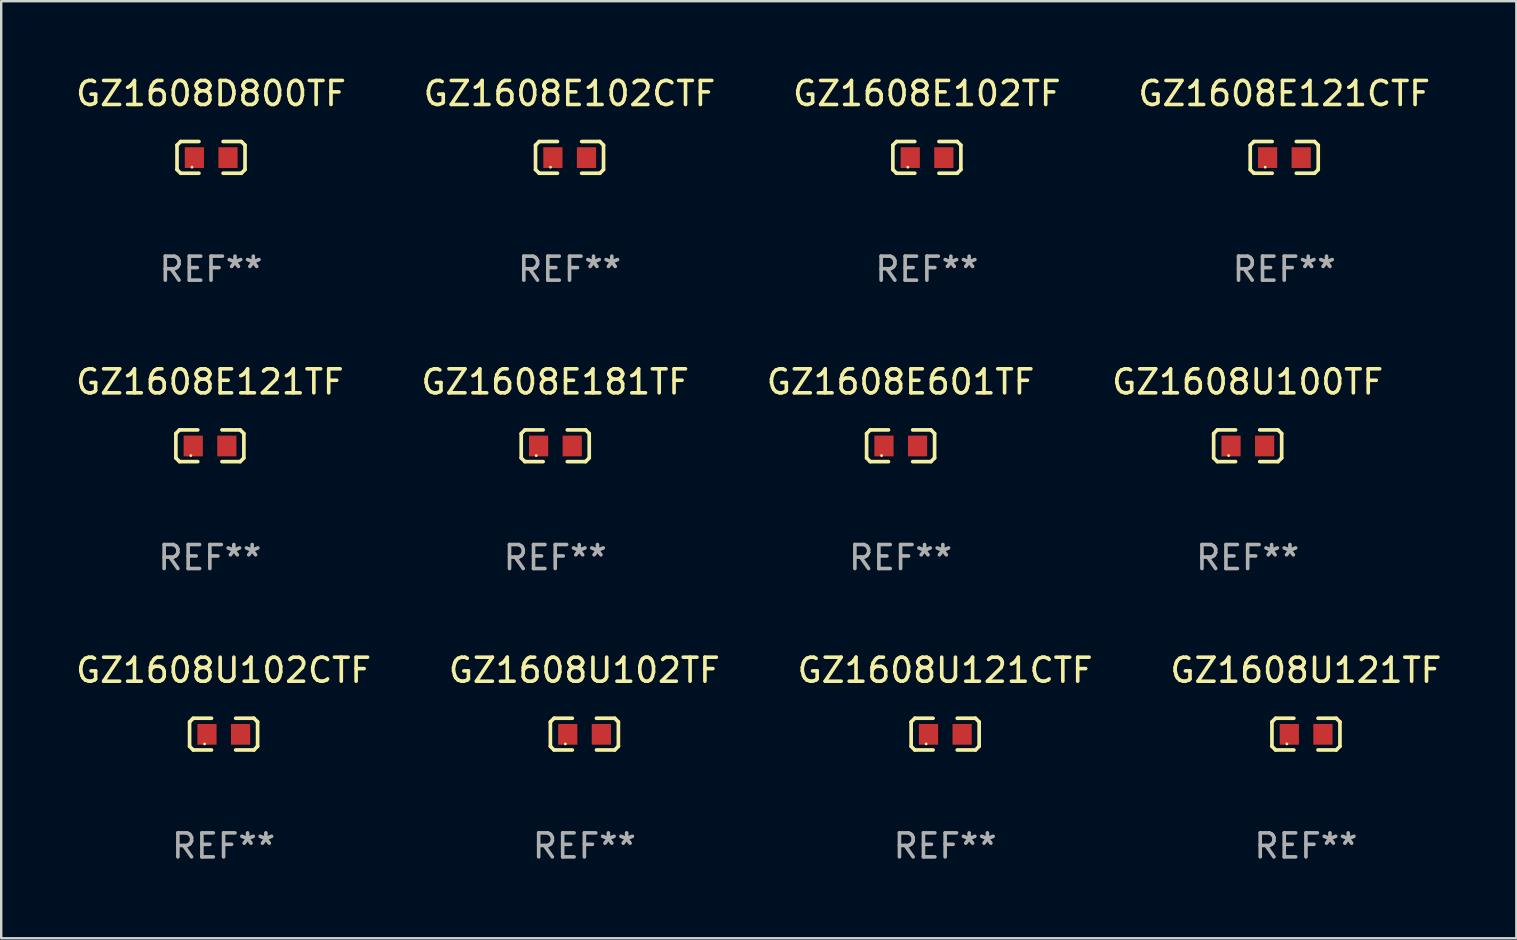
<source format=kicad_pcb>
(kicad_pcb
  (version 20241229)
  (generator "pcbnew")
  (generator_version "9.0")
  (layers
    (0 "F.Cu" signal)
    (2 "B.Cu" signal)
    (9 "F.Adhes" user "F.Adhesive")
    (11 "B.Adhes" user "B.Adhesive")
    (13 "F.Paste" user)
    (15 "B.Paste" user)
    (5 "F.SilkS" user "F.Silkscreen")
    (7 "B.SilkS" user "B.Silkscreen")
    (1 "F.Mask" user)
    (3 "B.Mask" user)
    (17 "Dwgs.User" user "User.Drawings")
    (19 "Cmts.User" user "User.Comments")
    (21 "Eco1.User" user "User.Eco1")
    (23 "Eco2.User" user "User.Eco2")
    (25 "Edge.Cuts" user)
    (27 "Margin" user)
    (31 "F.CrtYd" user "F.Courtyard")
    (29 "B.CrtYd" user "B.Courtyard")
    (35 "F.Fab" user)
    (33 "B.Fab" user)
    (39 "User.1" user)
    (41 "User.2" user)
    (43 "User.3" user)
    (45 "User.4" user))
  (footprint "GZ1608E121CTF"
    (layer "F.Cu")
    (at 50.47 3.509)
    (property "Reference" "GZ1608E121CTF" (at 0 -2.661 0) (layer "F.SilkS") (effects (font (size 1 1) (thickness 0.15))))
    (attr through_hole)
    (fp_line (start -1.417 -0.508) (end -1.265 -0.661) (stroke (width 0.152) (type solid)) (layer "F.SilkS"))
    (fp_line (start -1.417 0.508) (end -1.417 -0.508) (stroke (width 0.152) (type solid)) (layer "F.SilkS"))
    (fp_line (start -1.265 -0.661) (end -0.503 -0.661) (stroke (width 0.152) (type solid)) (layer "F.SilkS"))
    (fp_line (start -1.265 0.661) (end -1.417 0.508) (stroke (width 0.152) (type solid)) (layer "F.SilkS"))
    (fp_line (start -1.265 0.661) (end -0.503 0.661) (stroke (width 0.152) (type solid)) (layer "F.SilkS"))
    (fp_line (start 1.265 -0.661) (end 0.503 -0.661) (stroke (width 0.152) (type solid)) (layer "F.SilkS"))
    (fp_line (start 1.265 -0.661) (end 1.417 -0.508) (stroke (width 0.152) (type solid)) (layer "F.SilkS"))
    (fp_line (start 1.265 0.661) (end 0.503 0.661) (stroke (width 0.152) (type solid)) (layer "F.SilkS"))
    (fp_line (start 1.417 -0.508) (end 1.417 0.508) (stroke (width 0.152) (type solid)) (layer "F.SilkS"))
    (fp_line (start 1.417 0.508) (end 1.265 0.661) (stroke (width 0.152) (type solid)) (layer "F.SilkS"))
    (fp_circle (center -0.793 0.409) (end -0.763 0.409) (stroke (width 0.06) (type solid)) (fill no) (layer "F.SilkS"))
    (fp_text user "REF**" (at 0 4.661 0) (layer "F.Fab") (effects (font (size 1 1) (thickness 0.15))))
    (pad "1" smd rect (at -0.693 0.009 180) (size 0.8 0.864) (layers "F.Cu" "F.Mask" "F.Paste"))
    (pad "2" smd rect (at 0.707 0.009 180) (size 0.8 0.864) (layers "F.Cu" "F.Mask" "F.Paste")))
  (footprint "GZ1608E181TF"
    (layer "F.Cu")
    (at 20.089 15.527)
    (property "Reference" "GZ1608E181TF" (at 0 -2.661 0) (layer "F.SilkS") (effects (font (size 1 1) (thickness 0.15))))
    (attr through_hole)
    (fp_line (start -1.417 -0.508) (end -1.265 -0.661) (stroke (width 0.152) (type solid)) (layer "F.SilkS"))
    (fp_line (start -1.417 0.508) (end -1.417 -0.508) (stroke (width 0.152) (type solid)) (layer "F.SilkS"))
    (fp_line (start -1.265 -0.661) (end -0.503 -0.661) (stroke (width 0.152) (type solid)) (layer "F.SilkS"))
    (fp_line (start -1.265 0.661) (end -1.417 0.508) (stroke (width 0.152) (type solid)) (layer "F.SilkS"))
    (fp_line (start -1.265 0.661) (end -0.503 0.661) (stroke (width 0.152) (type solid)) (layer "F.SilkS"))
    (fp_line (start 1.265 -0.661) (end 0.503 -0.661) (stroke (width 0.152) (type solid)) (layer "F.SilkS"))
    (fp_line (start 1.265 -0.661) (end 1.417 -0.508) (stroke (width 0.152) (type solid)) (layer "F.SilkS"))
    (fp_line (start 1.265 0.661) (end 0.503 0.661) (stroke (width 0.152) (type solid)) (layer "F.SilkS"))
    (fp_line (start 1.417 -0.508) (end 1.417 0.508) (stroke (width 0.152) (type solid)) (layer "F.SilkS"))
    (fp_line (start 1.417 0.508) (end 1.265 0.661) (stroke (width 0.152) (type solid)) (layer "F.SilkS"))
    (fp_circle (center -0.793 0.409) (end -0.763 0.409) (stroke (width 0.06) (type solid)) (fill no) (layer "F.SilkS"))
    (fp_text user "REF**" (at 0 4.661 0) (layer "F.Fab") (effects (font (size 1 1) (thickness 0.15))))
    (pad "1" smd rect (at -0.693 0.009 180) (size 0.8 0.864) (layers "F.Cu" "F.Mask" "F.Paste"))
    (pad "2" smd rect (at 0.707 0.009 180) (size 0.8 0.864) (layers "F.Cu" "F.Mask" "F.Paste")))
  (footprint "GZ1608E121TF"
    (layer "F.Cu")
    (at 5.696 15.527)
    (property "Reference" "GZ1608E121TF" (at 0 -2.661 0) (layer "F.SilkS") (effects (font (size 1 1) (thickness 0.15))))
    (attr through_hole)
    (fp_line (start -1.417 -0.508) (end -1.265 -0.661) (stroke (width 0.152) (type solid)) (layer "F.SilkS"))
    (fp_line (start -1.417 0.508) (end -1.417 -0.508) (stroke (width 0.152) (type solid)) (layer "F.SilkS"))
    (fp_line (start -1.265 -0.661) (end -0.503 -0.661) (stroke (width 0.152) (type solid)) (layer "F.SilkS"))
    (fp_line (start -1.265 0.661) (end -1.417 0.508) (stroke (width 0.152) (type solid)) (layer "F.SilkS"))
    (fp_line (start -1.265 0.661) (end -0.503 0.661) (stroke (width 0.152) (type solid)) (layer "F.SilkS"))
    (fp_line (start 1.265 -0.661) (end 0.503 -0.661) (stroke (width 0.152) (type solid)) (layer "F.SilkS"))
    (fp_line (start 1.265 -0.661) (end 1.417 -0.508) (stroke (width 0.152) (type solid)) (layer "F.SilkS"))
    (fp_line (start 1.265 0.661) (end 0.503 0.661) (stroke (width 0.152) (type solid)) (layer "F.SilkS"))
    (fp_line (start 1.417 -0.508) (end 1.417 0.508) (stroke (width 0.152) (type solid)) (layer "F.SilkS"))
    (fp_line (start 1.417 0.508) (end 1.265 0.661) (stroke (width 0.152) (type solid)) (layer "F.SilkS"))
    (fp_circle (center -0.793 0.409) (end -0.763 0.409) (stroke (width 0.06) (type solid)) (fill no) (layer "F.SilkS"))
    (fp_text user "REF**" (at 0 4.661 0) (layer "F.Fab") (effects (font (size 1 1) (thickness 0.15))))
    (pad "1" smd rect (at -0.693 0.009 180) (size 0.8 0.864) (layers "F.Cu" "F.Mask" "F.Paste"))
    (pad "2" smd rect (at 0.707 0.009 180) (size 0.8 0.864) (layers "F.Cu" "F.Mask" "F.Paste")))
  (footprint "GZ1608U121CTF"
    (layer "F.Cu")
    (at 36.339 27.544)
    (property "Reference" "GZ1608U121CTF" (at 0 -2.661 0) (layer "F.SilkS") (effects (font (size 1 1) (thickness 0.15))))
    (attr through_hole)
    (fp_line (start -1.417 -0.508) (end -1.265 -0.661) (stroke (width 0.152) (type solid)) (layer "F.SilkS"))
    (fp_line (start -1.417 0.508) (end -1.417 -0.508) (stroke (width 0.152) (type solid)) (layer "F.SilkS"))
    (fp_line (start -1.265 -0.661) (end -0.503 -0.661) (stroke (width 0.152) (type solid)) (layer "F.SilkS"))
    (fp_line (start -1.265 0.661) (end -1.417 0.508) (stroke (width 0.152) (type solid)) (layer "F.SilkS"))
    (fp_line (start -1.265 0.661) (end -0.503 0.661) (stroke (width 0.152) (type solid)) (layer "F.SilkS"))
    (fp_line (start 1.265 -0.661) (end 0.503 -0.661) (stroke (width 0.152) (type solid)) (layer "F.SilkS"))
    (fp_line (start 1.265 -0.661) (end 1.417 -0.508) (stroke (width 0.152) (type solid)) (layer "F.SilkS"))
    (fp_line (start 1.265 0.661) (end 0.503 0.661) (stroke (width 0.152) (type solid)) (layer "F.SilkS"))
    (fp_line (start 1.417 -0.508) (end 1.417 0.508) (stroke (width 0.152) (type solid)) (layer "F.SilkS"))
    (fp_line (start 1.417 0.508) (end 1.265 0.661) (stroke (width 0.152) (type solid)) (layer "F.SilkS"))
    (fp_circle (center -0.793 0.409) (end -0.763 0.409) (stroke (width 0.06) (type solid)) (fill no) (layer "F.SilkS"))
    (fp_text user "REF**" (at 0 4.661 0) (layer "F.Fab") (effects (font (size 1 1) (thickness 0.15))))
    (pad "1" smd rect (at -0.693 0.009 180) (size 0.8 0.864) (layers "F.Cu" "F.Mask" "F.Paste"))
    (pad "2" smd rect (at 0.707 0.009 180) (size 0.8 0.864) (layers "F.Cu" "F.Mask" "F.Paste")))
  (footprint "GZ1608U100TF"
    (layer "F.Cu")
    (at 48.946 15.527)
    (property "Reference" "GZ1608U100TF" (at 0 -2.661 0) (layer "F.SilkS") (effects (font (size 1 1) (thickness 0.15))))
    (attr through_hole)
    (fp_line (start -1.417 -0.508) (end -1.265 -0.661) (stroke (width 0.152) (type solid)) (layer "F.SilkS"))
    (fp_line (start -1.417 0.508) (end -1.417 -0.508) (stroke (width 0.152) (type solid)) (layer "F.SilkS"))
    (fp_line (start -1.265 -0.661) (end -0.503 -0.661) (stroke (width 0.152) (type solid)) (layer "F.SilkS"))
    (fp_line (start -1.265 0.661) (end -1.417 0.508) (stroke (width 0.152) (type solid)) (layer "F.SilkS"))
    (fp_line (start -1.265 0.661) (end -0.503 0.661) (stroke (width 0.152) (type solid)) (layer "F.SilkS"))
    (fp_line (start 1.265 -0.661) (end 0.503 -0.661) (stroke (width 0.152) (type solid)) (layer "F.SilkS"))
    (fp_line (start 1.265 -0.661) (end 1.417 -0.508) (stroke (width 0.152) (type solid)) (layer "F.SilkS"))
    (fp_line (start 1.265 0.661) (end 0.503 0.661) (stroke (width 0.152) (type solid)) (layer "F.SilkS"))
    (fp_line (start 1.417 -0.508) (end 1.417 0.508) (stroke (width 0.152) (type solid)) (layer "F.SilkS"))
    (fp_line (start 1.417 0.508) (end 1.265 0.661) (stroke (width 0.152) (type solid)) (layer "F.SilkS"))
    (fp_circle (center -0.793 0.409) (end -0.763 0.409) (stroke (width 0.06) (type solid)) (fill no) (layer "F.SilkS"))
    (fp_text user "REF**" (at 0 4.661 0) (layer "F.Fab") (effects (font (size 1 1) (thickness 0.15))))
    (pad "1" smd rect (at -0.693 0.009 180) (size 0.8 0.864) (layers "F.Cu" "F.Mask" "F.Paste"))
    (pad "2" smd rect (at 0.707 0.009 180) (size 0.8 0.864) (layers "F.Cu" "F.Mask" "F.Paste")))
  (footprint "GZ1608U121TF"
    (layer "F.Cu")
    (at 51.375 27.544)
    (property "Reference" "GZ1608U121TF" (at 0 -2.661 0) (layer "F.SilkS") (effects (font (size 1 1) (thickness 0.15))))
    (attr through_hole)
    (fp_line (start -1.417 -0.508) (end -1.265 -0.661) (stroke (width 0.152) (type solid)) (layer "F.SilkS"))
    (fp_line (start -1.417 0.508) (end -1.417 -0.508) (stroke (width 0.152) (type solid)) (layer "F.SilkS"))
    (fp_line (start -1.265 -0.661) (end -0.503 -0.661) (stroke (width 0.152) (type solid)) (layer "F.SilkS"))
    (fp_line (start -1.265 0.661) (end -1.417 0.508) (stroke (width 0.152) (type solid)) (layer "F.SilkS"))
    (fp_line (start -1.265 0.661) (end -0.503 0.661) (stroke (width 0.152) (type solid)) (layer "F.SilkS"))
    (fp_line (start 1.265 -0.661) (end 0.503 -0.661) (stroke (width 0.152) (type solid)) (layer "F.SilkS"))
    (fp_line (start 1.265 -0.661) (end 1.417 -0.508) (stroke (width 0.152) (type solid)) (layer "F.SilkS"))
    (fp_line (start 1.265 0.661) (end 0.503 0.661) (stroke (width 0.152) (type solid)) (layer "F.SilkS"))
    (fp_line (start 1.417 -0.508) (end 1.417 0.508) (stroke (width 0.152) (type solid)) (layer "F.SilkS"))
    (fp_line (start 1.417 0.508) (end 1.265 0.661) (stroke (width 0.152) (type solid)) (layer "F.SilkS"))
    (fp_circle (center -0.793 0.409) (end -0.763 0.409) (stroke (width 0.06) (type solid)) (fill no) (layer "F.SilkS"))
    (fp_text user "REF**" (at 0 4.661 0) (layer "F.Fab") (effects (font (size 1 1) (thickness 0.15))))
    (pad "1" smd rect (at -0.693 0.009 180) (size 0.8 0.864) (layers "F.Cu" "F.Mask" "F.Paste"))
    (pad "2" smd rect (at 0.707 0.009 180) (size 0.8 0.864) (layers "F.Cu" "F.Mask" "F.Paste")))
  (footprint "GZ1608D800TF"
    (layer "F.Cu")
    (at 5.744 3.509)
    (property "Reference" "GZ1608D800TF" (at 0 -2.661 0) (layer "F.SilkS") (effects (font (size 1 1) (thickness 0.15))))
    (attr through_hole)
    (fp_line (start -1.417 -0.508) (end -1.265 -0.661) (stroke (width 0.152) (type solid)) (layer "F.SilkS"))
    (fp_line (start -1.417 0.508) (end -1.417 -0.508) (stroke (width 0.152) (type solid)) (layer "F.SilkS"))
    (fp_line (start -1.265 -0.661) (end -0.503 -0.661) (stroke (width 0.152) (type solid)) (layer "F.SilkS"))
    (fp_line (start -1.265 0.661) (end -1.417 0.508) (stroke (width 0.152) (type solid)) (layer "F.SilkS"))
    (fp_line (start -1.265 0.661) (end -0.503 0.661) (stroke (width 0.152) (type solid)) (layer "F.SilkS"))
    (fp_line (start 1.265 -0.661) (end 0.503 -0.661) (stroke (width 0.152) (type solid)) (layer "F.SilkS"))
    (fp_line (start 1.265 -0.661) (end 1.417 -0.508) (stroke (width 0.152) (type solid)) (layer "F.SilkS"))
    (fp_line (start 1.265 0.661) (end 0.503 0.661) (stroke (width 0.152) (type solid)) (layer "F.SilkS"))
    (fp_line (start 1.417 -0.508) (end 1.417 0.508) (stroke (width 0.152) (type solid)) (layer "F.SilkS"))
    (fp_line (start 1.417 0.508) (end 1.265 0.661) (stroke (width 0.152) (type solid)) (layer "F.SilkS"))
    (fp_circle (center -0.793 0.409) (end -0.763 0.409) (stroke (width 0.06) (type solid)) (fill no) (layer "F.SilkS"))
    (fp_text user "REF**" (at 0 4.661 0) (layer "F.Fab") (effects (font (size 1 1) (thickness 0.15))))
    (pad "1" smd rect (at -0.693 0.009 180) (size 0.8 0.864) (layers "F.Cu" "F.Mask" "F.Paste"))
    (pad "2" smd rect (at 0.707 0.009 180) (size 0.8 0.864) (layers "F.Cu" "F.Mask" "F.Paste")))
  (footprint "GZ1608E102TF"
    (layer "F.Cu")
    (at 35.577 3.509)
    (property "Reference" "GZ1608E102TF" (at 0 -2.661 0) (layer "F.SilkS") (effects (font (size 1 1) (thickness 0.15))))
    (attr through_hole)
    (fp_line (start -1.417 -0.508) (end -1.265 -0.661) (stroke (width 0.152) (type solid)) (layer "F.SilkS"))
    (fp_line (start -1.417 0.508) (end -1.417 -0.508) (stroke (width 0.152) (type solid)) (layer "F.SilkS"))
    (fp_line (start -1.265 -0.661) (end -0.503 -0.661) (stroke (width 0.152) (type solid)) (layer "F.SilkS"))
    (fp_line (start -1.265 0.661) (end -1.417 0.508) (stroke (width 0.152) (type solid)) (layer "F.SilkS"))
    (fp_line (start -1.265 0.661) (end -0.503 0.661) (stroke (width 0.152) (type solid)) (layer "F.SilkS"))
    (fp_line (start 1.265 -0.661) (end 0.503 -0.661) (stroke (width 0.152) (type solid)) (layer "F.SilkS"))
    (fp_line (start 1.265 -0.661) (end 1.417 -0.508) (stroke (width 0.152) (type solid)) (layer "F.SilkS"))
    (fp_line (start 1.265 0.661) (end 0.503 0.661) (stroke (width 0.152) (type solid)) (layer "F.SilkS"))
    (fp_line (start 1.417 -0.508) (end 1.417 0.508) (stroke (width 0.152) (type solid)) (layer "F.SilkS"))
    (fp_line (start 1.417 0.508) (end 1.265 0.661) (stroke (width 0.152) (type solid)) (layer "F.SilkS"))
    (fp_circle (center -0.793 0.409) (end -0.763 0.409) (stroke (width 0.06) (type solid)) (fill no) (layer "F.SilkS"))
    (fp_text user "REF**" (at 0 4.661 0) (layer "F.Fab") (effects (font (size 1 1) (thickness 0.15))))
    (pad "1" smd rect (at -0.693 0.009 180) (size 0.8 0.864) (layers "F.Cu" "F.Mask" "F.Paste"))
    (pad "2" smd rect (at 0.707 0.009 180) (size 0.8 0.864) (layers "F.Cu" "F.Mask" "F.Paste")))
  (footprint "GZ1608U102CTF"
    (layer "F.Cu")
    (at 6.268 27.544)
    (property "Reference" "GZ1608U102CTF" (at 0 -2.661 0) (layer "F.SilkS") (effects (font (size 1 1) (thickness 0.15))))
    (attr through_hole)
    (fp_line (start -1.417 -0.508) (end -1.265 -0.661) (stroke (width 0.152) (type solid)) (layer "F.SilkS"))
    (fp_line (start -1.417 0.508) (end -1.417 -0.508) (stroke (width 0.152) (type solid)) (layer "F.SilkS"))
    (fp_line (start -1.265 -0.661) (end -0.503 -0.661) (stroke (width 0.152) (type solid)) (layer "F.SilkS"))
    (fp_line (start -1.265 0.661) (end -1.417 0.508) (stroke (width 0.152) (type solid)) (layer "F.SilkS"))
    (fp_line (start -1.265 0.661) (end -0.503 0.661) (stroke (width 0.152) (type solid)) (layer "F.SilkS"))
    (fp_line (start 1.265 -0.661) (end 0.503 -0.661) (stroke (width 0.152) (type solid)) (layer "F.SilkS"))
    (fp_line (start 1.265 -0.661) (end 1.417 -0.508) (stroke (width 0.152) (type solid)) (layer "F.SilkS"))
    (fp_line (start 1.265 0.661) (end 0.503 0.661) (stroke (width 0.152) (type solid)) (layer "F.SilkS"))
    (fp_line (start 1.417 -0.508) (end 1.417 0.508) (stroke (width 0.152) (type solid)) (layer "F.SilkS"))
    (fp_line (start 1.417 0.508) (end 1.265 0.661) (stroke (width 0.152) (type solid)) (layer "F.SilkS"))
    (fp_circle (center -0.793 0.409) (end -0.763 0.409) (stroke (width 0.06) (type solid)) (fill no) (layer "F.SilkS"))
    (fp_text user "REF**" (at 0 4.661 0) (layer "F.Fab") (effects (font (size 1 1) (thickness 0.15))))
    (pad "1" smd rect (at -0.693 0.009 180) (size 0.8 0.864) (layers "F.Cu" "F.Mask" "F.Paste"))
    (pad "2" smd rect (at 0.707 0.009 180) (size 0.8 0.864) (layers "F.Cu" "F.Mask" "F.Paste")))
  (footprint "GZ1608E102CTF"
    (layer "F.Cu")
    (at 20.685 3.509)
    (property "Reference" "GZ1608E102CTF" (at 0 -2.661 0) (layer "F.SilkS") (effects (font (size 1 1) (thickness 0.15))))
    (attr through_hole)
    (fp_line (start -1.417 -0.508) (end -1.265 -0.661) (stroke (width 0.152) (type solid)) (layer "F.SilkS"))
    (fp_line (start -1.417 0.508) (end -1.417 -0.508) (stroke (width 0.152) (type solid)) (layer "F.SilkS"))
    (fp_line (start -1.265 -0.661) (end -0.503 -0.661) (stroke (width 0.152) (type solid)) (layer "F.SilkS"))
    (fp_line (start -1.265 0.661) (end -1.417 0.508) (stroke (width 0.152) (type solid)) (layer "F.SilkS"))
    (fp_line (start -1.265 0.661) (end -0.503 0.661) (stroke (width 0.152) (type solid)) (layer "F.SilkS"))
    (fp_line (start 1.265 -0.661) (end 0.503 -0.661) (stroke (width 0.152) (type solid)) (layer "F.SilkS"))
    (fp_line (start 1.265 -0.661) (end 1.417 -0.508) (stroke (width 0.152) (type solid)) (layer "F.SilkS"))
    (fp_line (start 1.265 0.661) (end 0.503 0.661) (stroke (width 0.152) (type solid)) (layer "F.SilkS"))
    (fp_line (start 1.417 -0.508) (end 1.417 0.508) (stroke (width 0.152) (type solid)) (layer "F.SilkS"))
    (fp_line (start 1.417 0.508) (end 1.265 0.661) (stroke (width 0.152) (type solid)) (layer "F.SilkS"))
    (fp_circle (center -0.793 0.409) (end -0.763 0.409) (stroke (width 0.06) (type solid)) (fill no) (layer "F.SilkS"))
    (fp_text user "REF**" (at 0 4.661 0) (layer "F.Fab") (effects (font (size 1 1) (thickness 0.15))))
    (pad "1" smd rect (at -0.693 0.009 180) (size 0.8 0.864) (layers "F.Cu" "F.Mask" "F.Paste"))
    (pad "2" smd rect (at 0.707 0.009 180) (size 0.8 0.864) (layers "F.Cu" "F.Mask" "F.Paste")))
  (footprint "GZ1608U102TF"
    (layer "F.Cu")
    (at 21.304 27.544)
    (property "Reference" "GZ1608U102TF" (at 0 -2.661 0) (layer "F.SilkS") (effects (font (size 1 1) (thickness 0.15))))
    (attr through_hole)
    (fp_line (start -1.417 -0.508) (end -1.265 -0.661) (stroke (width 0.152) (type solid)) (layer "F.SilkS"))
    (fp_line (start -1.417 0.508) (end -1.417 -0.508) (stroke (width 0.152) (type solid)) (layer "F.SilkS"))
    (fp_line (start -1.265 -0.661) (end -0.503 -0.661) (stroke (width 0.152) (type solid)) (layer "F.SilkS"))
    (fp_line (start -1.265 0.661) (end -1.417 0.508) (stroke (width 0.152) (type solid)) (layer "F.SilkS"))
    (fp_line (start -1.265 0.661) (end -0.503 0.661) (stroke (width 0.152) (type solid)) (layer "F.SilkS"))
    (fp_line (start 1.265 -0.661) (end 0.503 -0.661) (stroke (width 0.152) (type solid)) (layer "F.SilkS"))
    (fp_line (start 1.265 -0.661) (end 1.417 -0.508) (stroke (width 0.152) (type solid)) (layer "F.SilkS"))
    (fp_line (start 1.265 0.661) (end 0.503 0.661) (stroke (width 0.152) (type solid)) (layer "F.SilkS"))
    (fp_line (start 1.417 -0.508) (end 1.417 0.508) (stroke (width 0.152) (type solid)) (layer "F.SilkS"))
    (fp_line (start 1.417 0.508) (end 1.265 0.661) (stroke (width 0.152) (type solid)) (layer "F.SilkS"))
    (fp_circle (center -0.793 0.409) (end -0.763 0.409) (stroke (width 0.06) (type solid)) (fill no) (layer "F.SilkS"))
    (fp_text user "REF**" (at 0 4.661 0) (layer "F.Fab") (effects (font (size 1 1) (thickness 0.15))))
    (pad "1" smd rect (at -0.693 0.009 180) (size 0.8 0.864) (layers "F.Cu" "F.Mask" "F.Paste"))
    (pad "2" smd rect (at 0.707 0.009 180) (size 0.8 0.864) (layers "F.Cu" "F.Mask" "F.Paste")))
  (footprint "GZ1608E601TF"
    (layer "F.Cu")
    (at 34.482 15.527)
    (property "Reference" "GZ1608E601TF" (at 0 -2.661 0) (layer "F.SilkS") (effects (font (size 1 1) (thickness 0.15))))
    (attr through_hole)
    (fp_line (start -1.417 -0.508) (end -1.265 -0.661) (stroke (width 0.152) (type solid)) (layer "F.SilkS"))
    (fp_line (start -1.417 0.508) (end -1.417 -0.508) (stroke (width 0.152) (type solid)) (layer "F.SilkS"))
    (fp_line (start -1.265 -0.661) (end -0.503 -0.661) (stroke (width 0.152) (type solid)) (layer "F.SilkS"))
    (fp_line (start -1.265 0.661) (end -1.417 0.508) (stroke (width 0.152) (type solid)) (layer "F.SilkS"))
    (fp_line (start -1.265 0.661) (end -0.503 0.661) (stroke (width 0.152) (type solid)) (layer "F.SilkS"))
    (fp_line (start 1.265 -0.661) (end 0.503 -0.661) (stroke (width 0.152) (type solid)) (layer "F.SilkS"))
    (fp_line (start 1.265 -0.661) (end 1.417 -0.508) (stroke (width 0.152) (type solid)) (layer "F.SilkS"))
    (fp_line (start 1.265 0.661) (end 0.503 0.661) (stroke (width 0.152) (type solid)) (layer "F.SilkS"))
    (fp_line (start 1.417 -0.508) (end 1.417 0.508) (stroke (width 0.152) (type solid)) (layer "F.SilkS"))
    (fp_line (start 1.417 0.508) (end 1.265 0.661) (stroke (width 0.152) (type solid)) (layer "F.SilkS"))
    (fp_circle (center -0.793 0.409) (end -0.763 0.409) (stroke (width 0.06) (type solid)) (fill no) (layer "F.SilkS"))
    (fp_text user "REF**" (at 0 4.661 0) (layer "F.Fab") (effects (font (size 1 1) (thickness 0.15))))
    (pad "1" smd rect (at -0.693 0.009 180) (size 0.8 0.864) (layers "F.Cu" "F.Mask" "F.Paste"))
    (pad "2" smd rect (at 0.707 0.009 180) (size 0.8 0.864) (layers "F.Cu" "F.Mask" "F.Paste")))
  (gr_rect
    (start -3 -3)
    (end 60.143 36.053)
    (stroke (width 0.1) (type default))
    (fill no)
    (layer "Edge.Cuts")))
</source>
